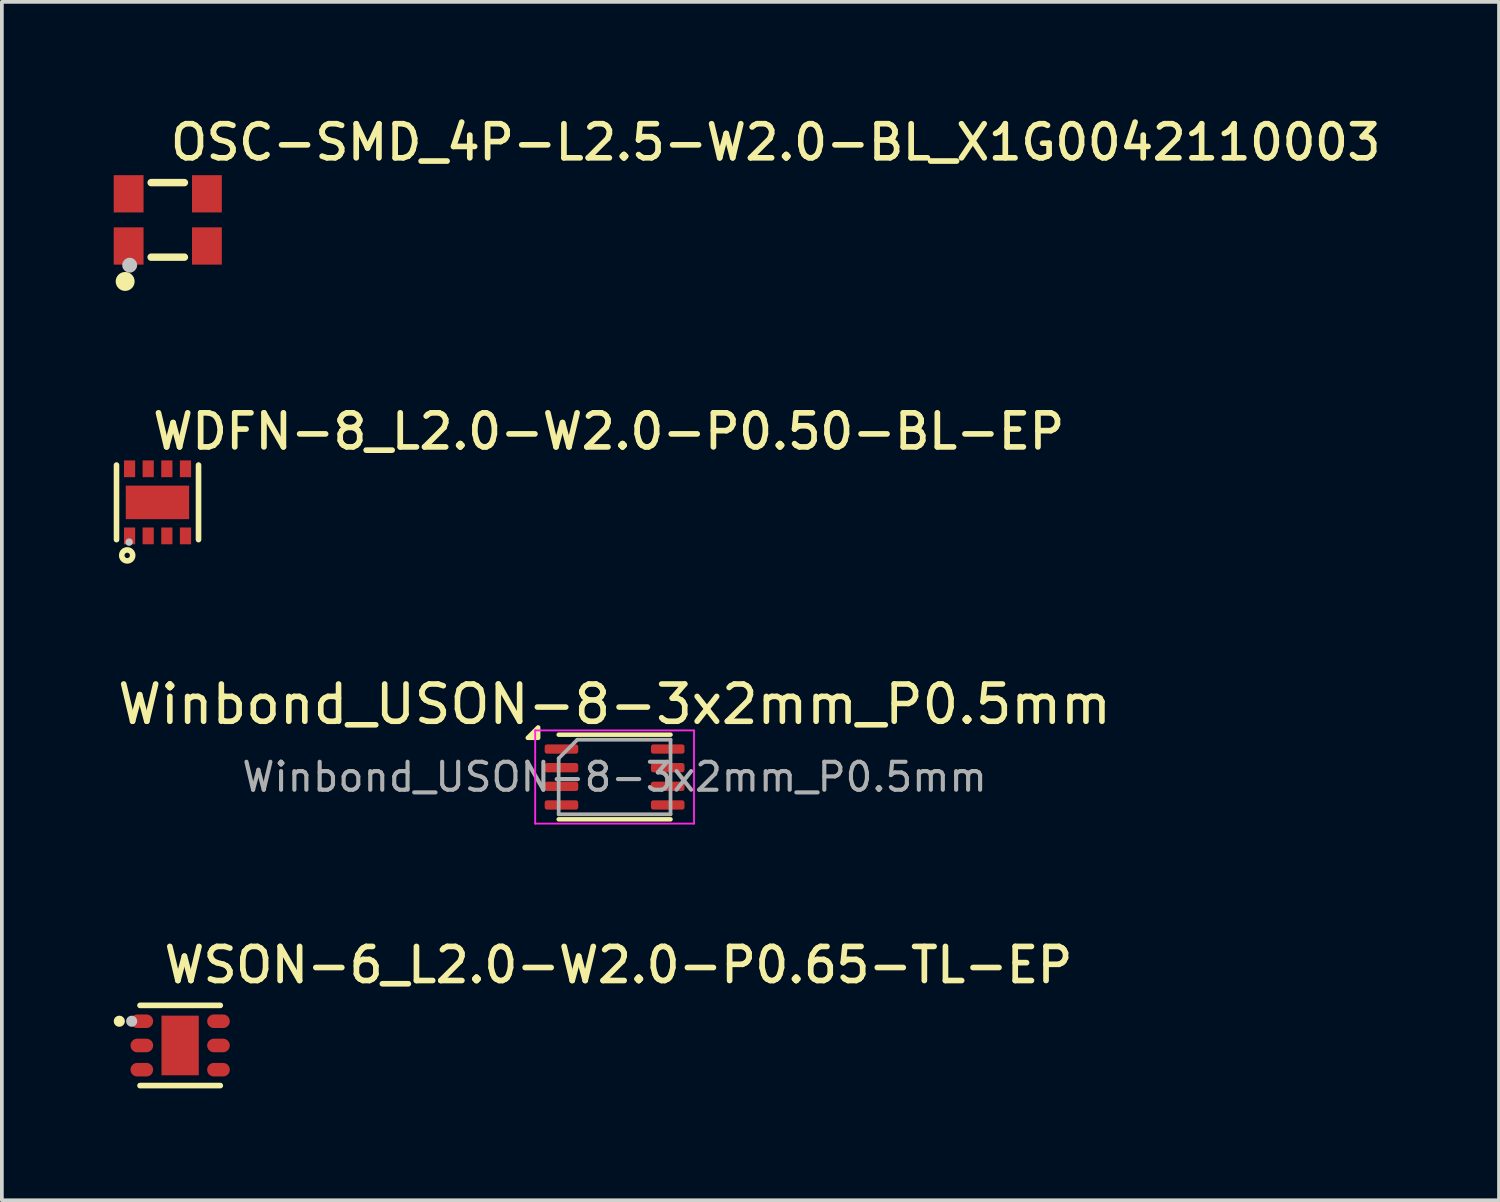
<source format=kicad_pcb>
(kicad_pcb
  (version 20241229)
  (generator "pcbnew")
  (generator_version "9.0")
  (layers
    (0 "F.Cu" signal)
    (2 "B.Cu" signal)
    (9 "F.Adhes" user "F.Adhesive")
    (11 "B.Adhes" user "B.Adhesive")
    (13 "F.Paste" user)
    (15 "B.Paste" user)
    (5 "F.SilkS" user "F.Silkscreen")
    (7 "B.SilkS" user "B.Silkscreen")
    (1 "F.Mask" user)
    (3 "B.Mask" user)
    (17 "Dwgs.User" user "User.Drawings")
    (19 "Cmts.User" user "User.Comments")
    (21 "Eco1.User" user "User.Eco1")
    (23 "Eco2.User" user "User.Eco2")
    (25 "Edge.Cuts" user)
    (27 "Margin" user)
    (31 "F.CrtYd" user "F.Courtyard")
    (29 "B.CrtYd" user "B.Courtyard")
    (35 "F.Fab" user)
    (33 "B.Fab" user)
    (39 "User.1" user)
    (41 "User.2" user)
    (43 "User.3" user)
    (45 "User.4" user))
  (footprint "WDFN-8_L2.0-W2.0-P0.50-BL-EP"
    (layer "F.Cu")
    (at 1.175 10.424)
    (property "Reference" "WDFN-8_L2.0-W2.0-P0.50-BL-EP" (at -0.205 -2.437 0) (layer "F.SilkS") (effects (font (size 0.914 0.914) (thickness 0.152)) (justify left top)))
    (fp_line (start -1.1 -1) (end -1.1 1) (stroke (width 0.15) (type default)) (layer "F.SilkS"))
    (fp_line (start 1.1 -1) (end 1.1 1) (stroke (width 0.15) (type default)) (layer "F.SilkS"))
    (fp_circle (center -0.813 1.423) (end -0.741 1.423) (stroke (width 0.15) (type default)) (fill no) (layer "F.SilkS"))
    (fp_circle (center -0.762 1.067) (end -0.712 1.067) (stroke (width 0.1) (type default)) (fill no) (layer "Dwgs.User"))
    (fp_circle (center -1 1) (end -0.97 1) (stroke (width 0.06) (type default)) (fill no) (layer "User.5"))
    (pad "1" smd rect (at -0.75 0.9 90) (size 0.45 0.3) (layers "F.Cu" "F.Mask" "F.Paste"))
    (pad "2" smd rect (at -0.25 0.9 90) (size 0.45 0.3) (layers "F.Cu" "F.Mask" "F.Paste"))
    (pad "3" smd rect (at 0.25 0.9 90) (size 0.45 0.3) (layers "F.Cu" "F.Mask" "F.Paste"))
    (pad "4" smd rect (at 0.75 0.9 90) (size 0.45 0.3) (layers "F.Cu" "F.Mask" "F.Paste"))
    (pad "5" smd rect (at 0.75 -0.9 90) (size 0.45 0.3) (layers "F.Cu" "F.Mask" "F.Paste"))
    (pad "6" smd rect (at 0.25 -0.9 90) (size 0.45 0.3) (layers "F.Cu" "F.Mask" "F.Paste"))
    (pad "7" smd rect (at -0.25 -0.9 90) (size 0.45 0.3) (layers "F.Cu" "F.Mask" "F.Paste"))
    (pad "8" smd rect (at -0.75 -0.9 90) (size 0.45 0.3) (layers "F.Cu" "F.Mask" "F.Paste"))
    (pad "9" smd rect (at -0.002 0.001 90) (size 0.9 1.7) (layers "F.Cu" "F.Mask" "F.Paste"))
    (zone (net_name "") (layer "User.3") (hatch edge 0.5) (priority 100) (connect_pads yes) (min_thickness 0) (filled_areas_thickness no) (fill yes) (polygon (pts (xy 0.175 11.424) (xy 0.175 9.424) (xy 2.175 9.424) (xy 2.175 11.424))) (filled_polygon (layer "User.3") (island) (pts (xy 0.175 11.424) (xy 0.175 9.424) (xy 2.175 9.424) (xy 2.175 11.424))))
    (zone (net_name "") (layer "User.4") (hatch edge 0.5) (priority 100) (connect_pads yes) (min_thickness 0) (filled_areas_thickness no) (fill yes) (polygon (pts (xy 0.323 10.875) (xy 0.323 9.975) (xy 2.023 9.975) (xy 2.023 10.875))) (filled_polygon (layer "User.4") (island) (pts (xy 0.323 10.875) (xy 0.323 9.975) (xy 2.023 9.975) (xy 2.023 10.875))))
    (zone (net_name "") (layer "User.4") (hatch edge 0.5) (priority 100) (connect_pads yes) (min_thickness 0) (filled_areas_thickness no) (fill yes) (polygon (pts (xy 0.55 9.429) (xy 0.55 9.749) (xy 0.3 9.749) (xy 0.3 9.429))) (filled_polygon (layer "User.4") (island) (pts (xy 0.55 9.429) (xy 0.55 9.749) (xy 0.3 9.749) (xy 0.3 9.429))))
    (zone (net_name "") (layer "User.4") (hatch edge 0.5) (priority 100) (connect_pads yes) (min_thickness 0) (filled_areas_thickness no) (fill yes) (polygon (pts (xy 0.55 11.099) (xy 0.55 11.419) (xy 0.3 11.419) (xy 0.3 11.099))) (filled_polygon (layer "User.4") (island) (pts (xy 0.55 11.099) (xy 0.55 11.419) (xy 0.3 11.419) (xy 0.3 11.099))))
    (zone (net_name "") (layer "User.4") (hatch edge 0.5) (priority 100) (connect_pads yes) (min_thickness 0) (filled_areas_thickness no) (fill yes) (polygon (pts (xy 1.05 9.429) (xy 1.05 9.749) (xy 0.8 9.749) (xy 0.8 9.429))) (filled_polygon (layer "User.4") (island) (pts (xy 1.05 9.429) (xy 1.05 9.749) (xy 0.8 9.749) (xy 0.8 9.429))))
    (zone (net_name "") (layer "User.4") (hatch edge 0.5) (priority 100) (connect_pads yes) (min_thickness 0) (filled_areas_thickness no) (fill yes) (polygon (pts (xy 1.05 11.099) (xy 1.05 11.419) (xy 0.8 11.419) (xy 0.8 11.099))) (filled_polygon (layer "User.4") (island) (pts (xy 1.05 11.099) (xy 1.05 11.419) (xy 0.8 11.419) (xy 0.8 11.099))))
    (zone (net_name "") (layer "User.4") (hatch edge 0.5) (priority 100) (connect_pads yes) (min_thickness 0) (filled_areas_thickness no) (fill yes) (polygon (pts (xy 1.55 9.429) (xy 1.55 9.749) (xy 1.3 9.749) (xy 1.3 9.429))) (filled_polygon (layer "User.4") (island) (pts (xy 1.55 9.429) (xy 1.55 9.749) (xy 1.3 9.749) (xy 1.3 9.429))))
    (zone (net_name "") (layer "User.4") (hatch edge 0.5) (priority 100) (connect_pads yes) (min_thickness 0) (filled_areas_thickness no) (fill yes) (polygon (pts (xy 1.55 11.099) (xy 1.55 11.419) (xy 1.3 11.419) (xy 1.3 11.099))) (filled_polygon (layer "User.4") (island) (pts (xy 1.55 11.099) (xy 1.55 11.419) (xy 1.3 11.419) (xy 1.3 11.099))))
    (zone (net_name "") (layer "User.4") (hatch edge 0.5) (priority 100) (connect_pads yes) (min_thickness 0) (filled_areas_thickness no) (fill yes) (polygon (pts (xy 2.05 9.429) (xy 2.05 9.749) (xy 1.8 9.749) (xy 1.8 9.429))) (filled_polygon (layer "User.4") (island) (pts (xy 2.05 9.429) (xy 2.05 9.749) (xy 1.8 9.749) (xy 1.8 9.429))))
    (zone (net_name "") (layer "User.4") (hatch edge 0.5) (priority 100) (connect_pads yes) (min_thickness 0) (filled_areas_thickness no) (fill yes) (polygon (pts (xy 2.05 11.099) (xy 2.05 11.419) (xy 1.8 11.419) (xy 1.8 11.099))) (filled_polygon (layer "User.4") (island) (pts (xy 2.05 11.099) (xy 2.05 11.419) (xy 1.8 11.419) (xy 1.8 11.099)))))
  (footprint "OSC-SMD_4P-L2.5-W2.0-BL_X1G0042110003"
    (layer "F.Cu")
    (at 1.45 2.848)
    (property "Reference" "OSC-SMD_4P-L2.5-W2.0-BL_X1G0042110003" (at -0.007 -2.615 0) (layer "F.SilkS") (effects (font (size 0.914 0.914) (thickness 0.152)) (justify left top)))
    (fp_line (start -0.446 -1) (end 0.446 -1) (stroke (width 0.2) (type default)) (layer "F.SilkS"))
    (fp_line (start 0.446 1) (end -0.446 1) (stroke (width 0.2) (type default)) (layer "F.SilkS"))
    (fp_circle (center -1.143 1.651) (end -1.016 1.651) (stroke (width 0.254) (type default)) (fill no) (layer "F.SilkS"))
    (fp_circle (center -1.022 1.215) (end -0.922 1.215) (stroke (width 0.2) (type default)) (fill no) (layer "Dwgs.User"))
    (fp_circle (center -1.25 1) (end -1.2 1) (stroke (width 0.1) (type default)) (fill no) (layer "User.5"))
    (pad "1" smd rect (at -1.05 0.7) (size 0.8 1) (layers "F.Cu" "F.Mask" "F.Paste"))
    (pad "2" smd rect (at 1.05 0.7) (size 0.8 1) (layers "F.Cu" "F.Mask" "F.Paste"))
    (pad "3" smd rect (at 1.05 -0.7) (size 0.8 1) (layers "F.Cu" "F.Mask" "F.Paste"))
    (pad "4" smd rect (at -1.05 -0.7) (size 0.8 1) (layers "F.Cu" "F.Mask" "F.Paste"))
    (zone (net_name "") (layer "User.3") (hatch edge 0.5) (priority 100) (connect_pads yes) (min_thickness 0) (filled_areas_thickness no) (fill yes) (polygon (pts (xy 0.2 3.848) (xy 0.2 1.848) (xy 2.7 1.848) (xy 2.7 3.848))) (filled_polygon (layer "User.3") (island) (pts (xy 0.2 3.848) (xy 0.2 1.848) (xy 2.7 1.848) (xy 2.7 3.848)))))
  (footprint "WSON-6_L2.0-W2.0-P0.65-TL-EP"
    (layer "F.Cu")
    (at 1.782 24.992)
    (property "Reference" "WSON-6_L2.0-W2.0-P0.65-TL-EP" (at -0.508 -2.692 0) (layer "F.SilkS") (effects (font (size 0.914 0.914) (thickness 0.152)) (justify left top)))
    (fp_line (start -1.076 -1.076) (end 1.076 -1.076) (stroke (width 0.152) (type default)) (layer "F.SilkS"))
    (fp_line (start -1.076 1.076) (end 1.076 1.076) (stroke (width 0.152) (type default)) (layer "F.SilkS"))
    (fp_circle (center -1.632 -0.65) (end -1.557 -0.65) (stroke (width 0.15) (type default)) (fill no) (layer "F.SilkS"))
    (fp_circle (center -1.3 -0.65) (end -1.225 -0.65) (stroke (width 0.15) (type default)) (fill no) (layer "Dwgs.User"))
    (fp_circle (center -1 -1) (end -0.97 -1) (stroke (width 0.06) (type default)) (fill no) (layer "User.5"))
    (pad "1" smd oval (at -1.028 -0.65 270) (size 0.364 0.607) (layers "F.Cu" "F.Mask" "F.Paste"))
    (pad "2" smd oval (at -1.028 0 270) (size 0.364 0.607) (layers "F.Cu" "F.Mask" "F.Paste"))
    (pad "3" smd oval (at -1.028 0.65 270) (size 0.364 0.607) (layers "F.Cu" "F.Mask" "F.Paste"))
    (pad "4" smd oval (at 1.028 0.65 270) (size 0.364 0.607) (layers "F.Cu" "F.Mask" "F.Paste"))
    (pad "5" smd oval (at 1.028 0 270) (size 0.364 0.607) (layers "F.Cu" "F.Mask" "F.Paste"))
    (pad "6" smd oval (at 1.028 -0.65 270) (size 0.364 0.607) (layers "F.Cu" "F.Mask" "F.Paste"))
    (pad "7" smd rect (at 0 0) (size 1 1.6) (layers "F.Cu" "F.Mask" "F.Paste"))
    (zone (net_name "") (layer "User.3") (hatch edge 0.5) (priority 100) (connect_pads yes) (min_thickness 0) (filled_areas_thickness no) (fill yes) (polygon (pts (xy 0.782 23.992) (xy 2.782 23.992) (xy 2.782 25.992) (xy 0.782 25.992))) (filled_polygon (layer "User.3") (island) (pts (xy 0.782 23.992) (xy 2.782 23.992) (xy 2.782 25.992) (xy 0.782 25.992))))
    (zone (net_name "") (layer "User.4") (hatch edge 0.5) (priority 100) (connect_pads yes) (min_thickness 0) (filled_areas_thickness no) (fill yes) (polygon (pts (xy 0.782 24.192) (xy 1.032 24.192) (xy 1.032 24.492) (xy 0.782 24.492))) (filled_polygon (layer "User.4") (island) (pts (xy 0.782 24.192) (xy 1.032 24.192) (xy 1.032 24.492) (xy 0.782 24.492))))
    (zone (net_name "") (layer "User.4") (hatch edge 0.5) (priority 100) (connect_pads yes) (min_thickness 0) (filled_areas_thickness no) (fill yes) (polygon (pts (xy 0.782 24.842) (xy 1.032 24.842) (xy 1.032 25.142) (xy 0.782 25.142))) (filled_polygon (layer "User.4") (island) (pts (xy 0.782 24.842) (xy 1.032 24.842) (xy 1.032 25.142) (xy 0.782 25.142))))
    (zone (net_name "") (layer "User.4") (hatch edge 0.5) (priority 100) (connect_pads yes) (min_thickness 0) (filled_areas_thickness no) (fill yes) (polygon (pts (xy 0.782 25.492) (xy 1.032 25.492) (xy 1.032 25.792) (xy 0.782 25.792))) (filled_polygon (layer "User.4") (island) (pts (xy 0.782 25.492) (xy 1.032 25.492) (xy 1.032 25.792) (xy 0.782 25.792))))
    (zone (net_name "") (layer "User.4") (hatch edge 0.5) (priority 100) (connect_pads yes) (min_thickness 0) (filled_areas_thickness no) (fill yes) (polygon (pts (xy 2.782 24.192) (xy 2.532 24.192) (xy 2.532 24.492) (xy 2.782 24.492))) (filled_polygon (layer "User.4") (island) (pts (xy 2.782 24.192) (xy 2.532 24.192) (xy 2.532 24.492) (xy 2.782 24.492))))
    (zone (net_name "") (layer "User.4") (hatch edge 0.5) (priority 100) (connect_pads yes) (min_thickness 0) (filled_areas_thickness no) (fill yes) (polygon (pts (xy 2.782 24.842) (xy 2.532 24.842) (xy 2.532 25.142) (xy 2.782 25.142))) (filled_polygon (layer "User.4") (island) (pts (xy 2.782 24.842) (xy 2.532 24.842) (xy 2.532 25.142) (xy 2.782 25.142))))
    (zone (net_name "") (layer "User.4") (hatch edge 0.5) (priority 100) (connect_pads yes) (min_thickness 0) (filled_areas_thickness no) (fill yes) (polygon (pts (xy 2.782 25.492) (xy 2.532 25.492) (xy 2.532 25.792) (xy 2.782 25.792))) (filled_polygon (layer "User.4") (island) (pts (xy 2.782 25.492) (xy 2.532 25.492) (xy 2.532 25.792) (xy 2.782 25.792))))
    (zone (net_name "") (layer "User.4") (hatch edge 0.5) (priority 100) (connect_pads yes) (min_thickness 0) (filled_areas_thickness no) (fill yes) (polygon (pts (xy 1.382 24.192) (xy 2.282 24.192) (xy 2.282 25.792) (xy 1.282 25.792) (xy 1.282 24.292))) (filled_polygon (layer "User.4") (island) (pts (xy 1.382 24.192) (xy 2.282 24.192) (xy 2.282 25.792) (xy 1.282 25.792) (xy 1.282 24.292)))))
  (footprint "Winbond_USON-8-3x2mm_P0.5mm"
    (layer "F.Cu")
    (at 13.435 17.791)
    (property "Reference" "Winbond_USON-8-3x2mm_P0.5mm" (at 0 -1.95 0) (layer "F.SilkS") (effects (font (size 1 1) (thickness 0.15))))
    (attr smd)
    (fp_line (start -1.5 -1.135) (end 1.5 -1.135) (stroke (width 0.12) (type solid)) (layer "F.SilkS"))
    (fp_line (start -1.5 1.135) (end 1.5 1.135) (stroke (width 0.12) (type solid)) (layer "F.SilkS"))
    (fp_poly (pts (xy -2.05 -1.05) (xy -2.33 -1.05) (xy -2.05 -1.33) (xy -2.05 -1.05)) (stroke (width 0.12) (type solid)) (fill yes) (layer "F.SilkS"))
    (fp_line (start -2.13 -1.25) (end -2.13 1.25) (stroke (width 0.05) (type solid)) (layer "F.CrtYd"))
    (fp_line (start -2.13 1.25) (end 2.13 1.25) (stroke (width 0.05) (type solid)) (layer "F.CrtYd"))
    (fp_line (start 2.13 -1.25) (end -2.13 -1.25) (stroke (width 0.05) (type solid)) (layer "F.CrtYd"))
    (fp_line (start 2.13 1.25) (end 2.13 -1.25) (stroke (width 0.05) (type solid)) (layer "F.CrtYd"))
    (fp_line (start -1.5 -0.5) (end -1 -1) (stroke (width 0.1) (type solid)) (layer "F.Fab"))
    (fp_line (start -1.5 1) (end -1.5 -0.5) (stroke (width 0.1) (type solid)) (layer "F.Fab"))
    (fp_line (start -1 -1) (end 1.5 -1) (stroke (width 0.1) (type solid)) (layer "F.Fab"))
    (fp_line (start 1.5 -1) (end 1.5 1) (stroke (width 0.1) (type solid)) (layer "F.Fab"))
    (fp_line (start 1.5 1) (end -1.5 1) (stroke (width 0.1) (type solid)) (layer "F.Fab"))
    (fp_text user "${REFERENCE}" (at 0 0 0) (layer "F.Fab") (effects (font (size 0.75 0.75) (thickness 0.11))))
    (pad "1" smd roundrect (at -1.425 -0.75) (size 0.9 0.25) (layers "F.Cu" "F.Mask" "F.Paste") (roundrect_rratio 0.25))
    (pad "2" smd roundrect (at -1.425 -0.25) (size 0.9 0.25) (layers "F.Cu" "F.Mask" "F.Paste") (roundrect_rratio 0.25))
    (pad "3" smd roundrect (at -1.425 0.25) (size 0.9 0.25) (layers "F.Cu" "F.Mask" "F.Paste") (roundrect_rratio 0.25))
    (pad "4" smd roundrect (at -1.425 0.75) (size 0.9 0.25) (layers "F.Cu" "F.Mask" "F.Paste") (roundrect_rratio 0.25))
    (pad "5" smd roundrect (at 1.425 0.75) (size 0.9 0.25) (layers "F.Cu" "F.Mask" "F.Paste") (roundrect_rratio 0.25))
    (pad "6" smd roundrect (at 1.425 0.25) (size 0.9 0.25) (layers "F.Cu" "F.Mask" "F.Paste") (roundrect_rratio 0.25))
    (pad "7" smd roundrect (at 1.425 -0.25) (size 0.9 0.25) (layers "F.Cu" "F.Mask" "F.Paste") (roundrect_rratio 0.25))
    (pad "8" smd roundrect (at 1.425 -0.75) (size 0.9 0.25) (layers "F.Cu" "F.Mask" "F.Paste") (roundrect_rratio 0.25)))
  (gr_rect
    (start -3 -3)
    (end 37.157 29.144)
    (stroke (width 0.1) (type default))
    (fill no)
    (layer "Edge.Cuts")))
</source>
